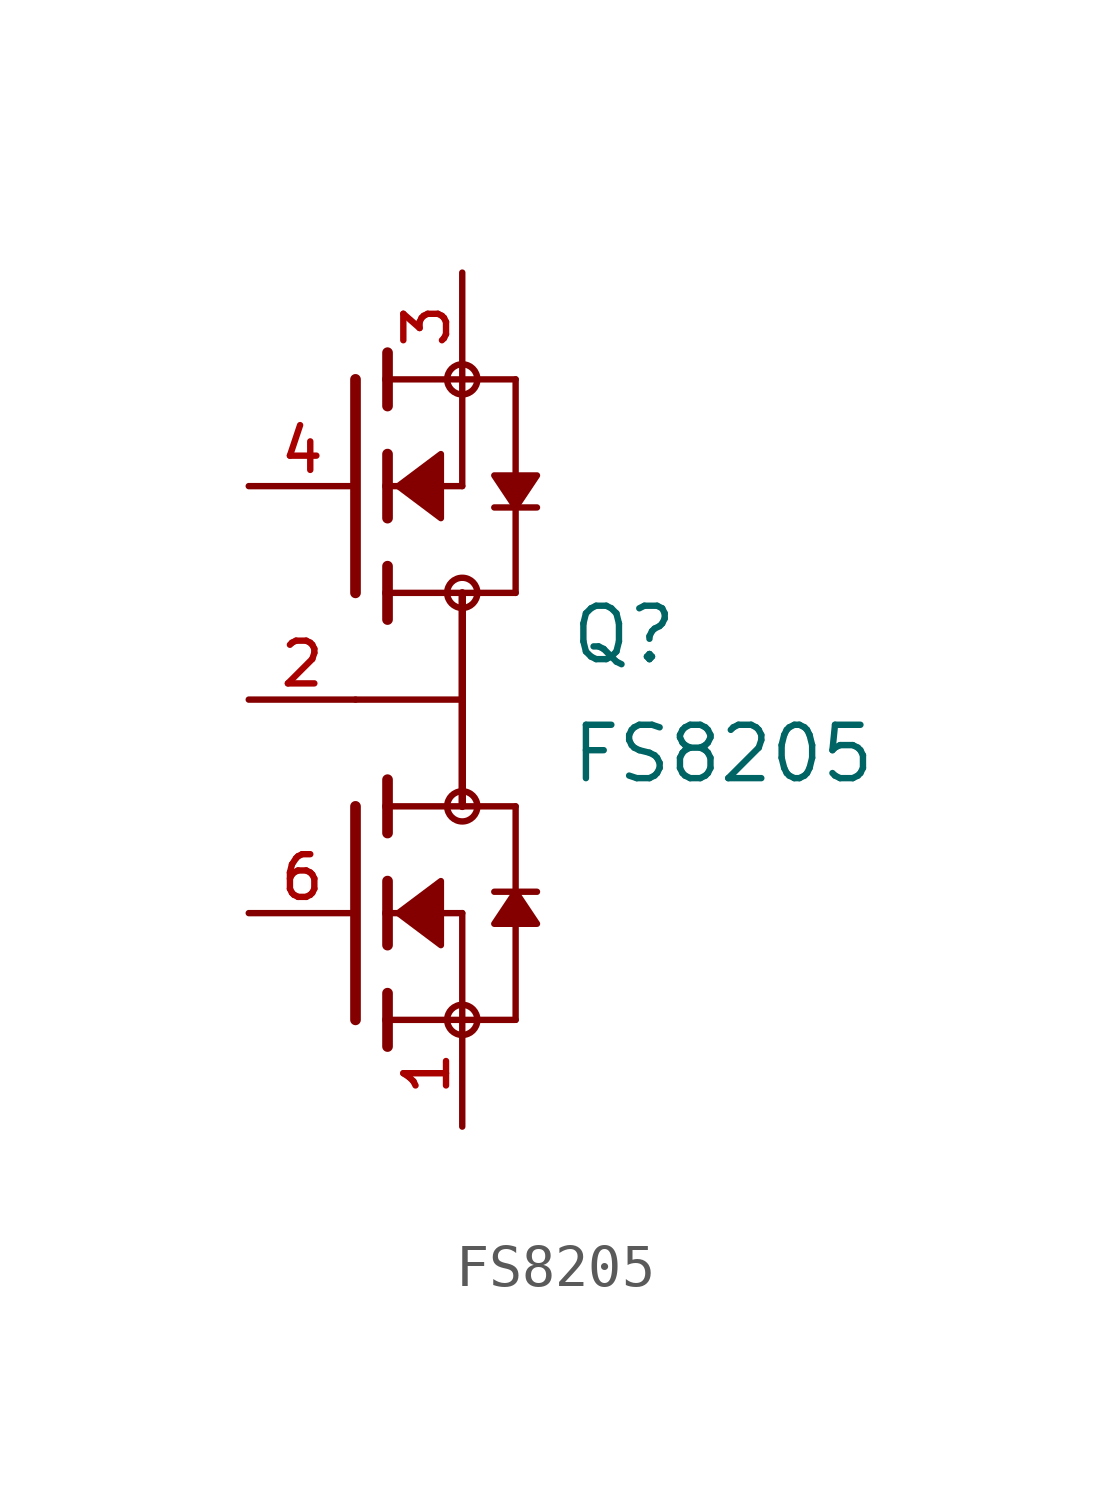
<source format=kicad_sym>
(kicad_symbol_lib
  (version 20211014)
  (generator kicad_symbol_editor)
  (symbol "FS8205"
    (pin_names
      (offset 1.016))
    (property "Reference" "Q"
      (at 2.54 2.286 0)
      (effects (font (size 1.27 1.27)) (justify top left)))
    (property "Value" "FS8205"
      (at 2.54 -2.032 0)
      (effects (font (size 1.27 1.27)) (justify bottom left)))
    (symbol "FS8205_0_0"
      (polyline (pts (xy -1.778 -4.318) (xy -1.778 -5.08)) (stroke (width 0.254)))
      (polyline (pts (xy -1.778 -5.08) (xy -1.778 -5.842)) (stroke (width 0.254)))
      (polyline (pts (xy -1.778 -1.905) (xy -1.778 -2.54)) (stroke (width 0.254)))
      (polyline (pts (xy -1.778 -2.54) (xy -1.778 -3.175)) (stroke (width 0.254)))
      (polyline (pts (xy -1.778 -5.08) (xy 0.0 -5.08)) (stroke (width 0.152)))
      (polyline (pts (xy 0.0 -5.08) (xy 0.0 -7.62)) (stroke (width 0.152)))
      (polyline (pts (xy -1.778 -6.985) (xy -1.778 -7.62)) (stroke (width 0.254)))
      (polyline (pts (xy -1.778 -7.62) (xy -1.778 -8.255)) (stroke (width 0.254)))
      (polyline (pts (xy -2.54 -2.54) (xy -2.54 -7.62)) (stroke (width 0.254)))
      (polyline (pts (xy 0.0 -7.62) (xy -1.778 -7.62)) (stroke (width 0.152)))
      (polyline (pts (xy 1.27 -2.54) (xy 1.27 -4.572)) (stroke (width 0.152)))
      (polyline (pts (xy 1.27 -4.572) (xy 1.27 -7.62)) (stroke (width 0.152)))
      (polyline (pts (xy 0.0 -7.62) (xy 1.27 -7.62)) (stroke (width 0.152)))
      (polyline (pts (xy -1.778 -2.54) (xy 0.0 -2.54)) (stroke (width 0.152)))
      (polyline (pts (xy 0.0 -2.54) (xy 1.27 -2.54)) (stroke (width 0.152)))
      (polyline (pts (xy 1.778 -4.572) (xy 1.27 -4.572)) (stroke (width 0.152)))
      (polyline (pts (xy 1.27 -4.572) (xy 0.762 -4.572)) (stroke (width 0.152)))
      (circle (center 0.0 -7.62) (radius 0.359) (stroke (width 0.0)) (fill (type none)))
      (circle (center 0.0 -2.54) (radius 0.359) (stroke (width 0.0)) (fill (type none)))
      (polyline (pts (xy 1.27 -4.572) (xy 0.762 -5.334) (xy 1.778 -5.334) (xy 1.27 -4.572)) (stroke (width 0.152)) (fill (type outline)))
      (polyline (pts (xy -1.524 -5.08) (xy -0.508 -4.318) (xy -0.508 -5.842) (xy -1.524 -5.08)) (stroke (width 0.152)) (fill (type outline)))
      (polyline (pts (xy -1.778 4.318) (xy -1.778 5.08)) (stroke (width 0.254)))
      (polyline (pts (xy -1.778 5.08) (xy -1.778 5.842)) (stroke (width 0.254)))
      (polyline (pts (xy -1.778 1.905) (xy -1.778 2.54)) (stroke (width 0.254)))
      (polyline (pts (xy -1.778 2.54) (xy -1.778 3.175)) (stroke (width 0.254)))
      (polyline (pts (xy -1.778 5.08) (xy 0.0 5.08)) (stroke (width 0.152)))
      (polyline (pts (xy 0.0 5.08) (xy 0.0 7.62)) (stroke (width 0.152)))
      (polyline (pts (xy -1.778 6.985) (xy -1.778 7.62)) (stroke (width 0.254)))
      (polyline (pts (xy -1.778 7.62) (xy -1.778 8.255)) (stroke (width 0.254)))
      (polyline (pts (xy -2.54 2.54) (xy -2.54 7.62)) (stroke (width 0.254)))
      (polyline (pts (xy 0.0 7.62) (xy -1.778 7.62)) (stroke (width 0.152)))
      (polyline (pts (xy 1.27 2.54) (xy 1.27 4.572)) (stroke (width 0.152)))
      (polyline (pts (xy 1.27 4.572) (xy 1.27 7.62)) (stroke (width 0.152)))
      (polyline (pts (xy 0.0 7.62) (xy 1.27 7.62)) (stroke (width 0.152)))
      (polyline (pts (xy -1.778 2.54) (xy 0.0 2.54)) (stroke (width 0.152)))
      (polyline (pts (xy 0.0 2.54) (xy 1.27 2.54)) (stroke (width 0.152)))
      (polyline (pts (xy 1.778 4.572) (xy 1.27 4.572)) (stroke (width 0.152)))
      (polyline (pts (xy 1.27 4.572) (xy 0.762 4.572)) (stroke (width 0.152)))
      (circle (center 0.0 7.62) (radius 0.359) (stroke (width 0.0)) (fill (type none)))
      (circle (center 0.0 2.54) (radius 0.359) (stroke (width 0.0)) (fill (type none)))
      (polyline (pts (xy 1.27 4.572) (xy 0.762 5.334) (xy 1.778 5.334) (xy 1.27 4.572)) (stroke (width 0.152)) (fill (type outline)))
      (polyline (pts (xy -1.524 5.08) (xy -0.508 4.318) (xy -0.508 5.842) (xy -1.524 5.08)) (stroke (width 0.152)) (fill (type outline)))
      (polyline (pts (xy 0.0 2.54) (xy 0.0 0.0)) (stroke (width 0.178)))
      (polyline (pts (xy 0.0 0.0) (xy 0.0 -2.54)) (stroke (width 0.178)))
      (polyline (pts (xy -2.54 0.0) (xy 0.0 0.0)) (stroke (width 0.152)))
      (pin passive line (at 0.0 -10.16 90.0) (length 2.54) (name "~" (effects (font (size 1.016 1.016)))) (number "1" (effects (font (size 1.016 1.016)))))
      (pin passive line (at -5.08 0.0 0) (length 2.54) (name "~" (effects (font (size 1.016 1.016)))) (number "2" (effects (font (size 1.016 1.016)))))
      (pin passive line (at 0.0 10.16 270.0) (length 2.54) (name "~" (effects (font (size 1.016 1.016)))) (number "3" (effects (font (size 1.016 1.016)))))
      (pin passive line (at -5.08 -5.08 0) (length 2.54) (name "~" (effects (font (size 1.016 1.016)))) (number "6" (effects (font (size 1.016 1.016)))))
      (pin passive line (at -5.08 5.08 0) (length 2.54) (name "~" (effects (font (size 1.016 1.016)))) (number "4" (effects (font (size 1.016 1.016))))))))
</source>
